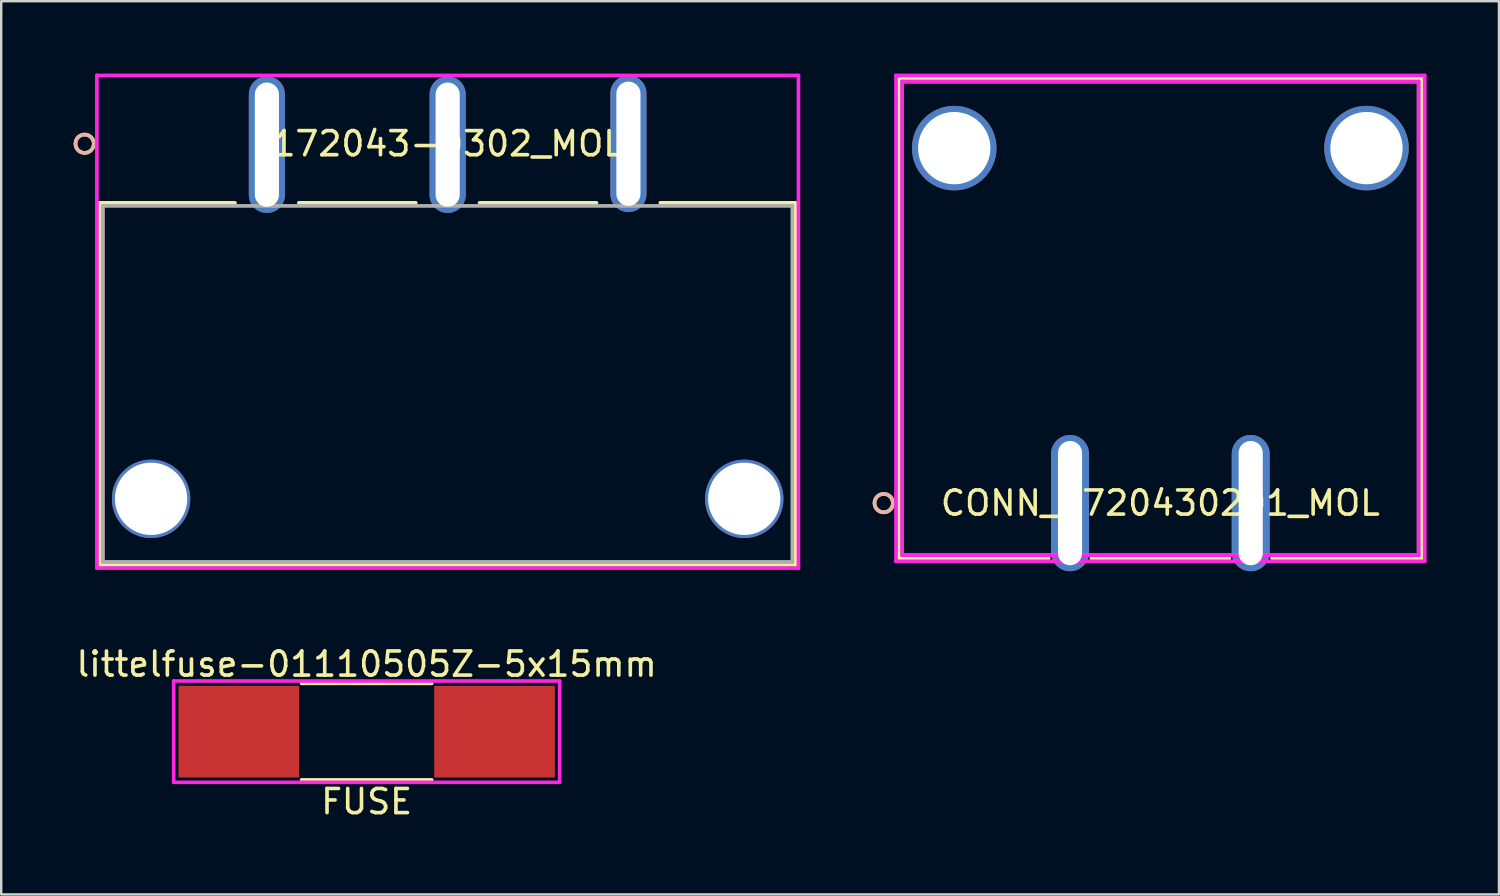
<source format=kicad_pcb>
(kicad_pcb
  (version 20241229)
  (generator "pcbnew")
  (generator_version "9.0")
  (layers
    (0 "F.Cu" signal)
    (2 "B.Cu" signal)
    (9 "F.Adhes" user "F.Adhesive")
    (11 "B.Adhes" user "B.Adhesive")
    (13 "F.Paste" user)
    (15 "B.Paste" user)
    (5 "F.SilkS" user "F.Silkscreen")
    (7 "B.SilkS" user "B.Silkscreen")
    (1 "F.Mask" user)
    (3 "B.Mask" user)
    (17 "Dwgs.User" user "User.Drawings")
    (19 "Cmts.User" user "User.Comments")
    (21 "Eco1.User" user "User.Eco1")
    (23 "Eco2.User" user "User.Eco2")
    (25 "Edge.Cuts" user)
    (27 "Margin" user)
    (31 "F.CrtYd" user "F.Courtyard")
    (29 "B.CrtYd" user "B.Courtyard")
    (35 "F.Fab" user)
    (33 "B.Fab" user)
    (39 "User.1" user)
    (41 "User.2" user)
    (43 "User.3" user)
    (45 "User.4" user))
  (footprint "172043-0302_MOL"
    (layer "F.Cu")
    (at 8.014 2.908)
    (property "Reference" "172043-0302_MOL" (at 7.493 0 0) (layer "F.SilkS") (effects (font (size 1 1) (thickness 0.15))))
    (attr through_hole)
    (fp_line (start -6.921 2.451) (end -6.921 17.462) (stroke (width 0.152) (type solid)) (layer "F.SilkS"))
    (fp_line (start -6.921 17.462) (end 21.907 17.462) (stroke (width 0.152) (type solid)) (layer "F.SilkS"))
    (fp_line (start -1.323 2.451) (end -6.921 2.451) (stroke (width 0.152) (type solid)) (layer "F.SilkS"))
    (fp_line (start 6.17 2.451) (end 1.323 2.451) (stroke (width 0.152) (type solid)) (layer "F.SilkS"))
    (fp_line (start 13.663 2.451) (end 8.816 2.451) (stroke (width 0.152) (type solid)) (layer "F.SilkS"))
    (fp_line (start 21.907 2.451) (end 16.309 2.451) (stroke (width 0.152) (type solid)) (layer "F.SilkS"))
    (fp_line (start 21.907 17.462) (end 21.907 2.451) (stroke (width 0.152) (type solid)) (layer "F.SilkS"))
    (fp_circle (center -7.556 0) (end -7.176 0) (stroke (width 0.152) (type solid)) (fill no) (layer "F.SilkS"))
    (fp_circle (center -7.556 0) (end -7.176 0) (stroke (width 0.152) (type solid)) (fill no) (layer "B.SilkS"))
    (fp_line (start -7.048 -2.832) (end -7.048 17.59) (stroke (width 0.152) (type solid)) (layer "F.CrtYd"))
    (fp_line (start -7.048 17.59) (end 22.035 17.59) (stroke (width 0.152) (type solid)) (layer "F.CrtYd"))
    (fp_line (start 22.035 -2.832) (end -7.048 -2.832) (stroke (width 0.152) (type solid)) (layer "F.CrtYd"))
    (fp_line (start 22.035 17.59) (end 22.035 -2.832) (stroke (width 0.152) (type solid)) (layer "F.CrtYd"))
    (fp_line (start -6.795 2.578) (end -6.795 17.335) (stroke (width 0.152) (type solid)) (layer "F.Fab"))
    (fp_line (start -6.795 17.335) (end 21.78 17.335) (stroke (width 0.152) (type solid)) (layer "F.Fab"))
    (fp_line (start 21.78 2.578) (end -6.795 2.578) (stroke (width 0.152) (type solid)) (layer "F.Fab"))
    (fp_line (start 21.78 17.335) (end 21.78 2.578) (stroke (width 0.152) (type solid)) (layer "F.Fab"))
    (fp_circle (center 0 -1.905) (end 0.381 -1.905) (stroke (width 0.152) (type solid)) (fill no) (layer "F.Fab"))
    (fp_text user "*" (at 0 0 0) (layer "F.SilkS") (effects (font (size 1 1) (thickness 0.15))))
    (fp_text user "Copyright 2016 Accelerated Designs. All rights reserved." (at 0 0 0) (layer "Cmts.User") (effects (font (size 0.127 0.127) (thickness 0.002))))
    (fp_text user "*" (at 0 0 0) (layer "F.Fab") (effects (font (size 1 1) (thickness 0.15))))
    (pad "1" thru_hole oval (at 0 0.038 90) (size 5.664 1.499) (drill oval 5.15 1) (layers "*.Cu" "*.Mask"))
    (pad "2" thru_hole oval (at 7.493 0.038 90) (size 5.664 1.499) (drill oval 5.15 1) (layers "*.Cu" "*.Mask"))
    (pad "3" thru_hole oval (at 14.986 0 90) (size 5.664 1.499) (drill oval 5.15 1) (layers "*.Cu" "*.Mask"))
    (pad "4" thru_hole circle (at -4.801 14.719 90) (size 3.251 3.251) (drill 2.997) (layers "*.Cu" "*.Mask"))
    (pad "5" thru_hole circle (at 19.787 14.719 90) (size 3.251 3.251) (drill 2.997) (layers "*.Cu" "*.Mask")))
  (footprint "littelfuse-01110505Z-5x15mm"
    (layer "F.Cu")
    (at 12.149 27.279)
    (property "Reference" "littelfuse-01110505Z-5x15mm" (at 0 -2.8 0) (layer "F.SilkS") (effects (font (size 1 1) (thickness 0.15))))
    (attr through_hole)
    (fp_line (start -2.7 -2) (end 2.7 -2) (stroke (width 0.15) (type solid)) (layer "F.SilkS"))
    (fp_line (start -2.7 2) (end 2.7 2) (stroke (width 0.15) (type solid)) (layer "F.SilkS"))
    (fp_line (start -8 -2.1) (end 8 -2.1) (stroke (width 0.15) (type solid)) (layer "F.CrtYd"))
    (fp_line (start -8 2.1) (end -8 -2.1) (stroke (width 0.15) (type solid)) (layer "F.CrtYd"))
    (fp_line (start 8 -2.1) (end 8 2.1) (stroke (width 0.15) (type solid)) (layer "F.CrtYd"))
    (fp_line (start 8 2.1) (end -8 2.1) (stroke (width 0.15) (type solid)) (layer "F.CrtYd"))
    (fp_text user "FUSE" (at 0 2.9 0) (layer "F.SilkS") (effects (font (size 1 1) (thickness 0.15))))
    (pad "1" smd rect (at -5.3 0) (size 5 3.8) (layers "F.Cu" "F.Mask" "F.Paste"))
    (pad "2" smd rect (at 5.3 0) (size 5 3.8) (layers "F.Cu" "F.Mask" "F.Paste")))
  (footprint "CONN_1720430201_MOL"
    (layer "F.Cu")
    (at 48.795 17.805)
    (property "Reference" "CONN_1720430201_MOL" (at -3.745 0 0) (layer "F.SilkS") (effects (font (size 1 1) (thickness 0.15))))
    (attr through_hole)
    (fp_line (start -14.578 -17.602) (end -14.578 2.286) (stroke (width 0.152) (type solid)) (layer "F.SilkS"))
    (fp_line (start -14.578 2.286) (end -8.376 2.286) (stroke (width 0.152) (type solid)) (layer "F.SilkS"))
    (fp_line (start -6.604 2.286) (end -0.886 2.286) (stroke (width 0.152) (type solid)) (layer "F.SilkS"))
    (fp_line (start 0.886 2.286) (end 7.088 2.286) (stroke (width 0.152) (type solid)) (layer "F.SilkS"))
    (fp_line (start 7.088 -17.602) (end -14.578 -17.602) (stroke (width 0.152) (type solid)) (layer "F.SilkS"))
    (fp_line (start 7.088 2.286) (end 7.088 -17.602) (stroke (width 0.152) (type solid)) (layer "F.SilkS"))
    (fp_circle (center -15.213 0) (end -14.832 0) (stroke (width 0.152) (type solid)) (fill no) (layer "F.SilkS"))
    (fp_circle (center -15.213 0) (end -14.832 0) (stroke (width 0.152) (type solid)) (fill no) (layer "B.SilkS"))
    (fp_line (start -14.705 -17.729) (end -14.705 2.413) (stroke (width 0.152) (type solid)) (layer "F.CrtYd"))
    (fp_line (start -14.705 2.413) (end 7.215 2.413) (stroke (width 0.152) (type solid)) (layer "F.CrtYd"))
    (fp_line (start -14.451 -17.475) (end -14.451 2.159) (stroke (width 0.152) (type solid)) (layer "F.CrtYd"))
    (fp_line (start -14.451 2.159) (end 6.961 2.159) (stroke (width 0.152) (type solid)) (layer "F.CrtYd"))
    (fp_line (start 6.961 -17.475) (end -14.451 -17.475) (stroke (width 0.152) (type solid)) (layer "F.CrtYd"))
    (fp_line (start 6.961 2.159) (end 6.961 -17.475) (stroke (width 0.152) (type solid)) (layer "F.CrtYd"))
    (fp_line (start 7.215 -17.729) (end -14.705 -17.729) (stroke (width 0.152) (type solid)) (layer "F.CrtYd"))
    (fp_line (start 7.215 2.413) (end 7.215 -17.729) (stroke (width 0.152) (type solid)) (layer "F.CrtYd"))
    (fp_line (start -14.451 -17.475) (end -14.451 2.159) (stroke (width 0.152) (type solid)) (layer "F.Fab"))
    (fp_line (start -14.451 2.159) (end 6.961 2.159) (stroke (width 0.152) (type solid)) (layer "F.Fab"))
    (fp_line (start 6.961 -17.475) (end -14.451 -17.475) (stroke (width 0.152) (type solid)) (layer "F.Fab"))
    (fp_line (start 6.961 2.159) (end 6.961 -17.475) (stroke (width 0.152) (type solid)) (layer "F.Fab"))
    (fp_circle (center -7.49 1.905) (end -7.109 1.905) (stroke (width 0.152) (type solid)) (fill no) (layer "F.Fab"))
    (fp_text user "*" (at 0 0 0) (layer "F.SilkS") (effects (font (size 1 1) (thickness 0.15))))
    (fp_text user "Copyright 2016 Accelerated Designs. All rights reserved." (at 0 0 0) (layer "Cmts.User") (effects (font (size 0.127 0.127) (thickness 0.002))))
    (fp_text user "*" (at 0 0 0) (layer "F.Fab") (effects (font (size 1 1) (thickness 0.15))))
    (pad "1" thru_hole oval (at -7.49 0) (size 1.575 5.65) (drill oval 1 5.15) (layers "*.Cu" "*.Mask"))
    (pad "2" thru_hole oval (at -0.000001 0) (size 1.575 5.65) (drill oval 1 5.15) (layers "*.Cu" "*.Mask"))
    (pad "3" thru_hole circle (at -12.29 -14.715) (size 3.505 3.505) (drill 2.997) (layers "*.Cu" "*.Mask"))
    (pad "4" thru_hole circle (at 4.8 -14.715) (size 3.505 3.505) (drill 2.997) (layers "*.Cu" "*.Mask")))
  (gr_rect
    (start -3 -3)
    (end 59.086 34.027)
    (stroke (width 0.1) (type default))
    (fill no)
    (layer "Edge.Cuts")))
</source>
